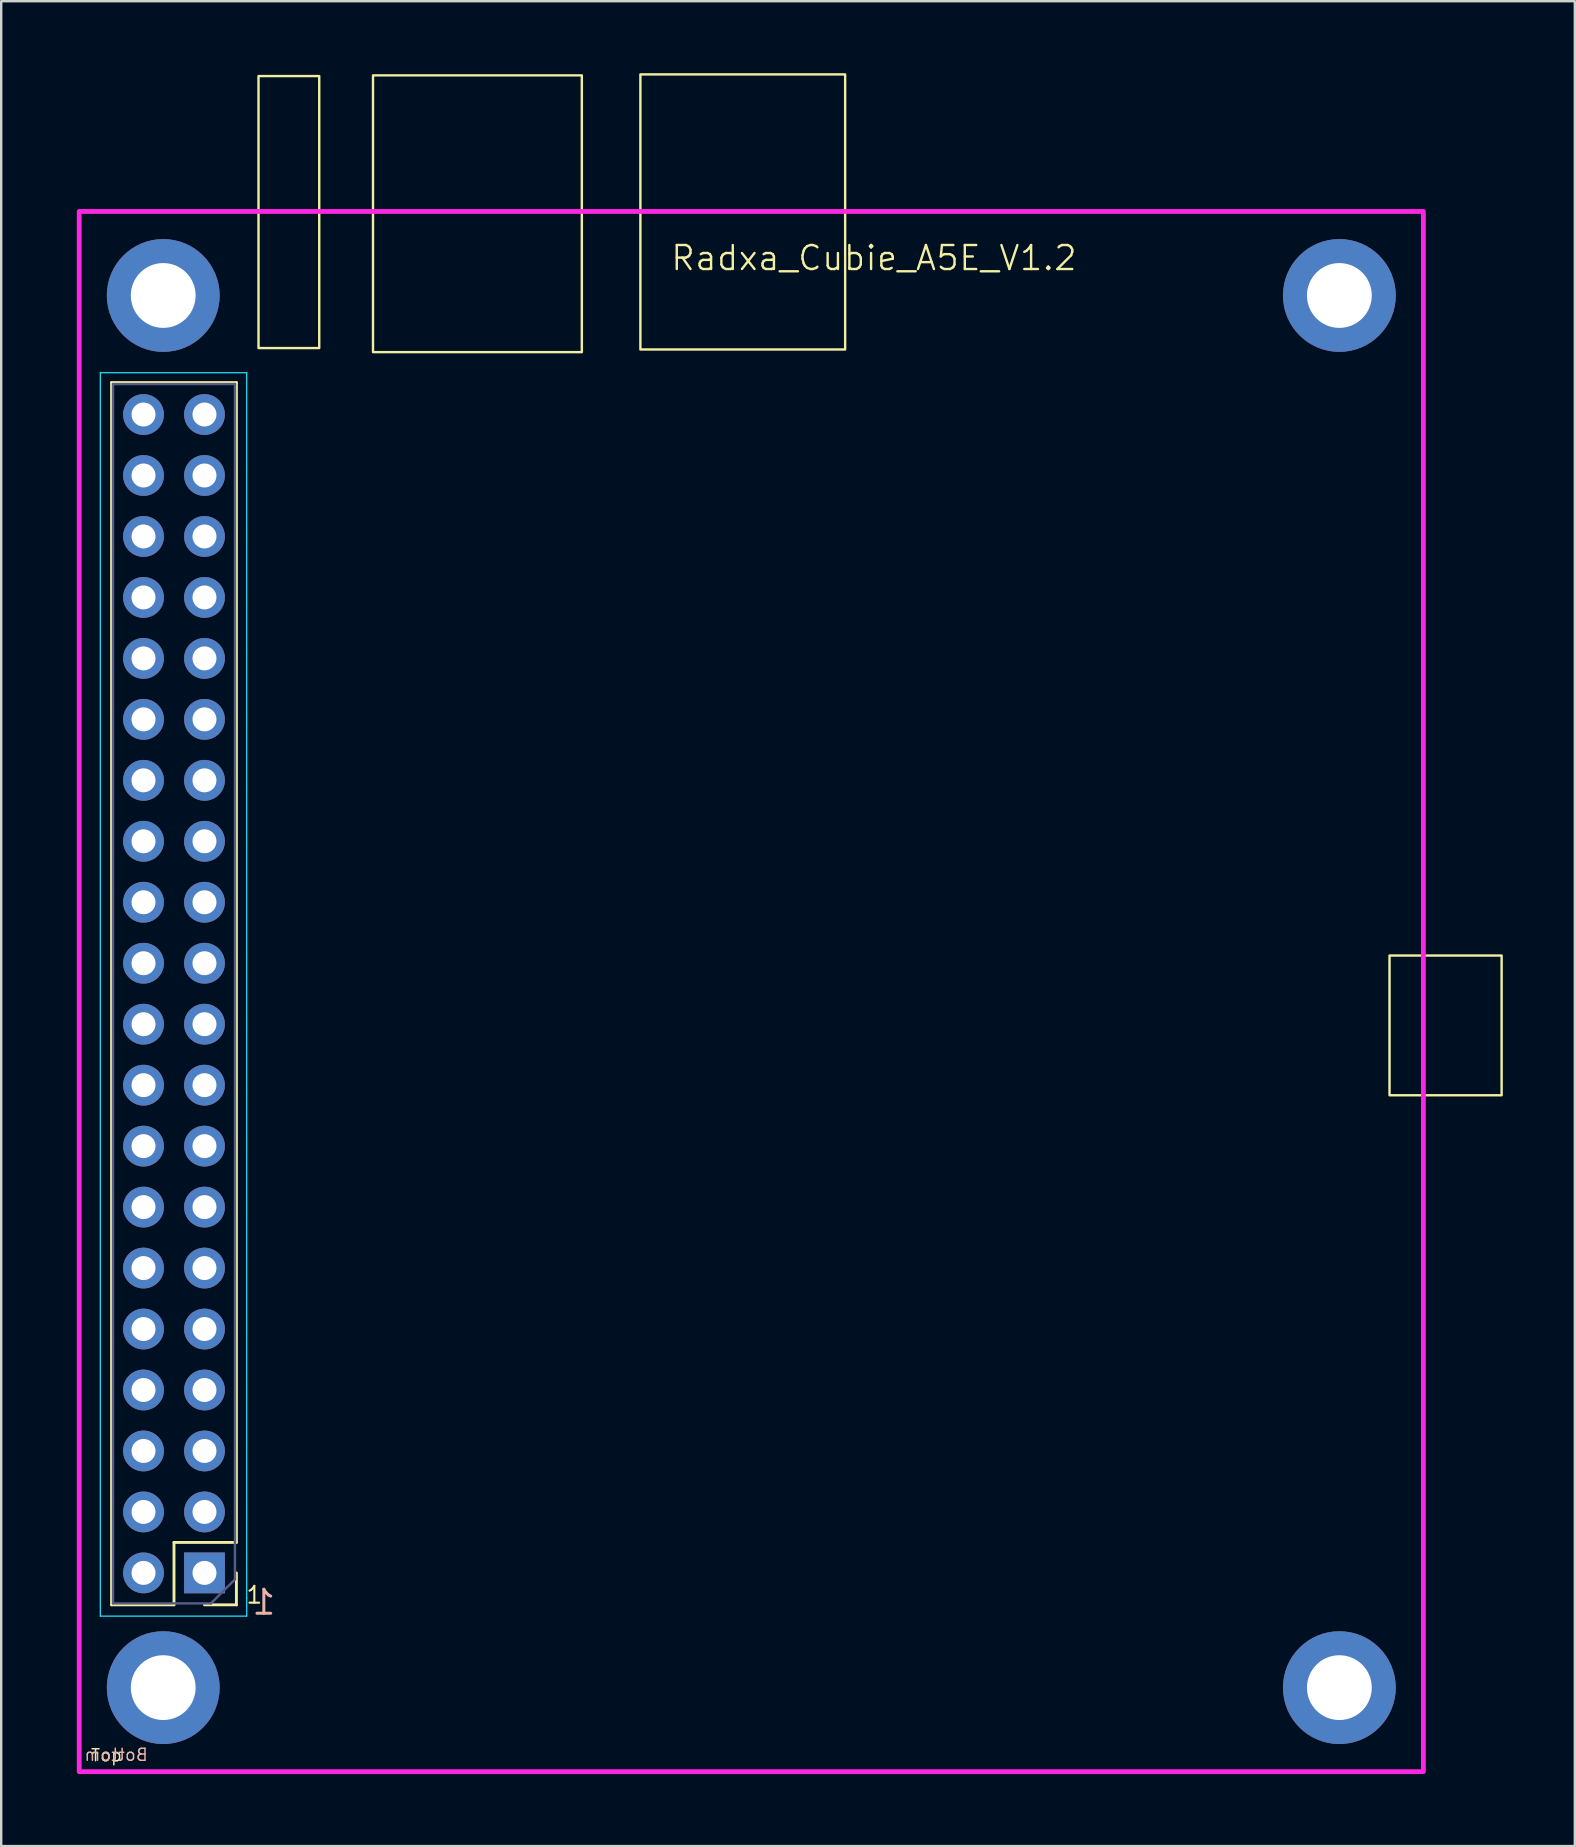
<source format=kicad_pcb>
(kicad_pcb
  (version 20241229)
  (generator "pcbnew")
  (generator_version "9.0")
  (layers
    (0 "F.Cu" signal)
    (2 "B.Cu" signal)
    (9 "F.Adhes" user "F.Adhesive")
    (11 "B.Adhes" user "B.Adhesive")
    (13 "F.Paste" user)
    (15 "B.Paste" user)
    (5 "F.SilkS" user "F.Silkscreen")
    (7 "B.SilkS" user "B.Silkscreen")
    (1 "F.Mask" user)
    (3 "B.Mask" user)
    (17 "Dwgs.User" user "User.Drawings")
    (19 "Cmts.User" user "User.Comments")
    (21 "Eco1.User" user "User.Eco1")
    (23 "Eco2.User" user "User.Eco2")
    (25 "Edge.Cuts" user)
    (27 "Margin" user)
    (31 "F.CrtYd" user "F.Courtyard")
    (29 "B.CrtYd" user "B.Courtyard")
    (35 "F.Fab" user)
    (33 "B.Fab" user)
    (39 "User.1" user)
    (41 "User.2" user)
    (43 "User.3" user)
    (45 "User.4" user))
  (footprint "Radxa_Cubie_A5E_V1.2"
    (layer "F.Cu")
    (at 0.25 5.76)
    (property "Reference" "Radxa_Cubie_A5E_V1.2" (at 33.11 1.94 0) (unlocked yes) (layer "F.SilkS") (effects (font (size 1 1) (thickness 0.1))))
    (attr through_hole)
    (fp_line (start 1.349 7.13) (end 6.549 7.13) (stroke (width 0.12) (type solid)) (layer "F.SilkS"))
    (fp_line (start 1.349 58.05) (end 1.349 7.13) (stroke (width 0.12) (type solid)) (layer "F.SilkS"))
    (fp_line (start 1.349 58.05) (end 3.949 58.05) (stroke (width 0.12) (type solid)) (layer "F.SilkS"))
    (fp_line (start 3.949 55.45) (end 6.549 55.45) (stroke (width 0.12) (type solid)) (layer "F.SilkS"))
    (fp_line (start 3.949 58.05) (end 3.949 55.45) (stroke (width 0.12) (type solid)) (layer "F.SilkS"))
    (fp_line (start 5.219 58.05) (end 6.549 58.05) (stroke (width 0.12) (type solid)) (layer "F.SilkS"))
    (fp_line (start 6.549 55.45) (end 6.549 7.13) (stroke (width 0.12) (type solid)) (layer "F.SilkS"))
    (fp_line (start 6.549 58.05) (end 6.549 56.72) (stroke (width 0.12) (type solid)) (layer "F.SilkS"))
    (fp_rect (start 0 0) (end 56 65.01) (stroke (width 0.1) (type default)) (fill no) (layer "F.SilkS"))
    (fp_rect (start 7.47 -5.64) (end 10 5.69) (stroke (width 0.1) (type default)) (fill no) (layer "F.SilkS"))
    (fp_rect (start 12.24 -5.67) (end 20.94 5.86) (stroke (width 0.1) (type default)) (fill no) (layer "F.SilkS"))
    (fp_rect (start 23.38 -5.71) (end 31.91 5.75) (stroke (width 0.1) (type default)) (fill no) (layer "F.SilkS"))
    (fp_rect (start 54.59 31) (end 59.26 36.82) (stroke (width 0.1) (type default)) (fill no) (layer "F.SilkS"))
    (fp_line (start 0.879 6.72) (end 0.879 58.52) (stroke (width 0.05) (type solid)) (layer "B.CrtYd"))
    (fp_line (start 0.879 58.52) (end 6.979 58.52) (stroke (width 0.05) (type solid)) (layer "B.CrtYd"))
    (fp_line (start 6.979 6.72) (end 0.879 6.72) (stroke (width 0.05) (type solid)) (layer "B.CrtYd"))
    (fp_line (start 6.979 57.775) (end 6.979 6.72) (stroke (width 0.05) (type solid)) (layer "B.CrtYd"))
    (fp_line (start 6.979 58.52) (end 6.979 57.775) (stroke (width 0.05) (type solid)) (layer "B.CrtYd"))
    (fp_rect (start 0 0) (end 56 65) (stroke (width 0.2) (type solid)) (fill no) (layer "F.CrtYd"))
    (fp_line (start 1.409 7.19) (end 1.409 57.99) (stroke (width 0.1) (type solid)) (layer "B.Fab"))
    (fp_line (start 1.409 57.99) (end 5.489 57.99) (stroke (width 0.1) (type solid)) (layer "B.Fab"))
    (fp_line (start 5.489 57.99) (end 6.489 56.99) (stroke (width 0.1) (type solid)) (layer "B.Fab"))
    (fp_line (start 6.489 7.19) (end 1.409 7.19) (stroke (width 0.1) (type solid)) (layer "B.Fab"))
    (fp_line (start 6.489 56.99) (end 6.489 7.19) (stroke (width 0.1) (type solid)) (layer "B.Fab"))
    (fp_rect (start 0 0) (end 56 65) (stroke (width 0.1) (type default)) (fill no) (layer "F.Fab"))
    (fp_text user "1" (at 6.905 58.05 0) (unlocked yes) (layer "F.SilkS") (effects (font (size 0.7 0.7) (thickness 0.087)) (justify left bottom)))
    (fp_text user "Top" (at 0.45 64.61 0) (unlocked yes) (layer "F.SilkS") (effects (font (size 0.5 0.5) (thickness 0.062)) (justify left bottom)))
    (fp_text user "Bottom" (at 2.9 64.59 0) (unlocked yes) (layer "B.SilkS") (effects (font (size 0.5 0.5) (thickness 0.062)) (justify left bottom mirror)))
    (fp_text user "1" (at 8.25 58.53 0) (unlocked yes) (layer "B.SilkS") (effects (font (size 1 1) (thickness 0.125)) (justify left bottom mirror)))
    (pad "1" thru_hole rect (at 5.219 56.72 180) (size 1.7 1.7) (drill 1) (layers "*.Cu" "*.Mask"))
    (pad "2" thru_hole circle (at 2.679 56.72 180) (size 1.7 1.7) (drill 1) (layers "*.Cu" "*.Mask"))
    (pad "3" thru_hole circle (at 5.219 54.18 180) (size 1.7 1.7) (drill 1) (layers "*.Cu" "*.Mask"))
    (pad "4" thru_hole circle (at 2.679 54.18 180) (size 1.7 1.7) (drill 1) (layers "*.Cu" "*.Mask"))
    (pad "5" thru_hole circle (at 5.219 51.64 180) (size 1.7 1.7) (drill 1) (layers "*.Cu" "*.Mask"))
    (pad "6" thru_hole circle (at 2.679 51.64 180) (size 1.7 1.7) (drill 1) (layers "*.Cu" "*.Mask"))
    (pad "7" thru_hole circle (at 5.219 49.1 180) (size 1.7 1.7) (drill 1) (layers "*.Cu" "*.Mask"))
    (pad "8" thru_hole circle (at 2.679 49.1 180) (size 1.7 1.7) (drill 1) (layers "*.Cu" "*.Mask"))
    (pad "9" thru_hole circle (at 5.219 46.56 180) (size 1.7 1.7) (drill 1) (layers "*.Cu" "*.Mask"))
    (pad "10" thru_hole circle (at 2.679 46.56 180) (size 1.7 1.7) (drill 1) (layers "*.Cu" "*.Mask"))
    (pad "11" thru_hole circle (at 5.219 44.02 180) (size 1.7 1.7) (drill 1) (layers "*.Cu" "*.Mask"))
    (pad "12" thru_hole circle (at 2.679 44.02 180) (size 1.7 1.7) (drill 1) (layers "*.Cu" "*.Mask"))
    (pad "13" thru_hole circle (at 5.219 41.48 180) (size 1.7 1.7) (drill 1) (layers "*.Cu" "*.Mask"))
    (pad "14" thru_hole circle (at 2.679 41.48 180) (size 1.7 1.7) (drill 1) (layers "*.Cu" "*.Mask"))
    (pad "15" thru_hole circle (at 5.219 38.94 180) (size 1.7 1.7) (drill 1) (layers "*.Cu" "*.Mask"))
    (pad "16" thru_hole circle (at 2.679 38.94 180) (size 1.7 1.7) (drill 1) (layers "*.Cu" "*.Mask"))
    (pad "17" thru_hole circle (at 5.219 36.4 180) (size 1.7 1.7) (drill 1) (layers "*.Cu" "*.Mask"))
    (pad "18" thru_hole circle (at 2.679 36.4 180) (size 1.7 1.7) (drill 1) (layers "*.Cu" "*.Mask"))
    (pad "19" thru_hole circle (at 5.219 33.86 180) (size 1.7 1.7) (drill 1) (layers "*.Cu" "*.Mask"))
    (pad "20" thru_hole circle (at 2.679 33.86 180) (size 1.7 1.7) (drill 1) (layers "*.Cu" "*.Mask"))
    (pad "21" thru_hole circle (at 5.219 31.32 180) (size 1.7 1.7) (drill 1) (layers "*.Cu" "*.Mask"))
    (pad "22" thru_hole circle (at 2.679 31.32 180) (size 1.7 1.7) (drill 1) (layers "*.Cu" "*.Mask"))
    (pad "23" thru_hole circle (at 5.219 28.78 180) (size 1.7 1.7) (drill 1) (layers "*.Cu" "*.Mask"))
    (pad "24" thru_hole circle (at 2.679 28.78 180) (size 1.7 1.7) (drill 1) (layers "*.Cu" "*.Mask"))
    (pad "25" thru_hole circle (at 5.219 26.24 180) (size 1.7 1.7) (drill 1) (layers "*.Cu" "*.Mask"))
    (pad "26" thru_hole circle (at 2.679 26.24 180) (size 1.7 1.7) (drill 1) (layers "*.Cu" "*.Mask"))
    (pad "27" thru_hole circle (at 5.219 23.7 180) (size 1.7 1.7) (drill 1) (layers "*.Cu" "*.Mask"))
    (pad "28" thru_hole circle (at 2.679 23.7 180) (size 1.7 1.7) (drill 1) (layers "*.Cu" "*.Mask"))
    (pad "29" thru_hole circle (at 5.219 21.16 180) (size 1.7 1.7) (drill 1) (layers "*.Cu" "*.Mask"))
    (pad "30" thru_hole circle (at 2.679 21.16 180) (size 1.7 1.7) (drill 1) (layers "*.Cu" "*.Mask"))
    (pad "31" thru_hole circle (at 5.219 18.62 180) (size 1.7 1.7) (drill 1) (layers "*.Cu" "*.Mask"))
    (pad "32" thru_hole circle (at 2.679 18.62 180) (size 1.7 1.7) (drill 1) (layers "*.Cu" "*.Mask"))
    (pad "33" thru_hole circle (at 5.219 16.08 180) (size 1.7 1.7) (drill 1) (layers "*.Cu" "*.Mask"))
    (pad "34" thru_hole circle (at 2.679 16.08 180) (size 1.7 1.7) (drill 1) (layers "*.Cu" "*.Mask"))
    (pad "35" thru_hole circle (at 5.219 13.54 180) (size 1.7 1.7) (drill 1) (layers "*.Cu" "*.Mask"))
    (pad "36" thru_hole circle (at 2.679 13.54 180) (size 1.7 1.7) (drill 1) (layers "*.Cu" "*.Mask"))
    (pad "37" thru_hole circle (at 5.219 11 180) (size 1.7 1.7) (drill 1) (layers "*.Cu" "*.Mask"))
    (pad "38" thru_hole circle (at 2.679 11 180) (size 1.7 1.7) (drill 1) (layers "*.Cu" "*.Mask"))
    (pad "39" thru_hole circle (at 5.219 8.46 180) (size 1.7 1.7) (drill 1) (layers "*.Cu" "*.Mask"))
    (pad "40" thru_hole circle (at 2.679 8.46 180) (size 1.7 1.7) (drill 1) (layers "*.Cu" "*.Mask"))
    (pad "TH1" thru_hole circle (at 3.5 3.5) (size 4.7 4.7) (drill 2.7) (layers "*.Cu" "F.Mask"))
    (pad "TH1" thru_hole circle (at 3.5 61.5) (size 4.7 4.7) (drill 2.7) (layers "*.Cu" "F.Mask"))
    (pad "TH1" thru_hole circle (at 52.5 3.5) (size 4.7 4.7) (drill 2.7) (layers "*.Cu" "F.Mask"))
    (pad "TH1" thru_hole circle (at 52.5 61.5) (size 4.7 4.7) (drill 2.7) (layers "*.Cu" "F.Mask")))
  (gr_rect
    (start -3 -3)
    (end 62.56 73.86)
    (stroke (width 0.1) (type default))
    (fill no)
    (layer "Edge.Cuts")))
</source>
